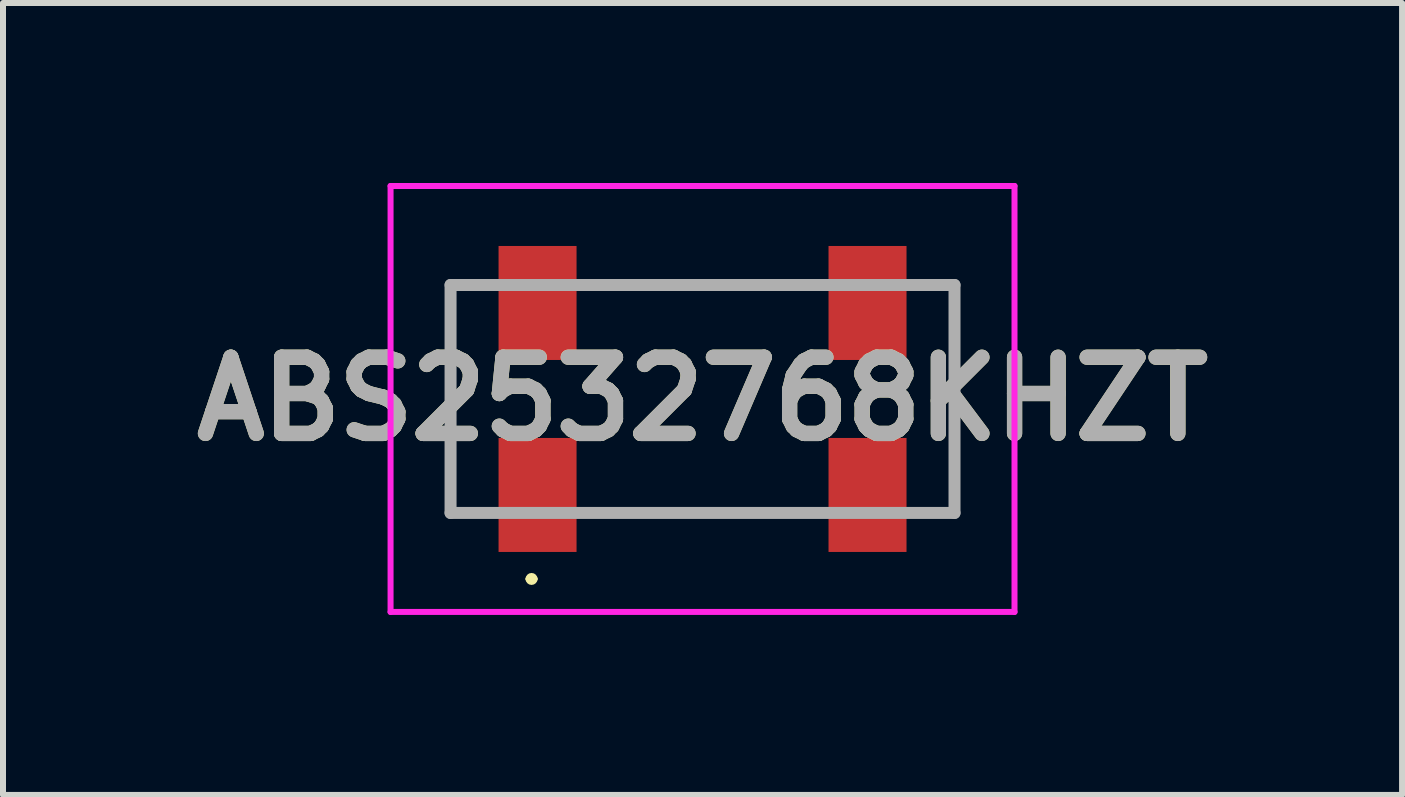
<source format=kicad_pcb>
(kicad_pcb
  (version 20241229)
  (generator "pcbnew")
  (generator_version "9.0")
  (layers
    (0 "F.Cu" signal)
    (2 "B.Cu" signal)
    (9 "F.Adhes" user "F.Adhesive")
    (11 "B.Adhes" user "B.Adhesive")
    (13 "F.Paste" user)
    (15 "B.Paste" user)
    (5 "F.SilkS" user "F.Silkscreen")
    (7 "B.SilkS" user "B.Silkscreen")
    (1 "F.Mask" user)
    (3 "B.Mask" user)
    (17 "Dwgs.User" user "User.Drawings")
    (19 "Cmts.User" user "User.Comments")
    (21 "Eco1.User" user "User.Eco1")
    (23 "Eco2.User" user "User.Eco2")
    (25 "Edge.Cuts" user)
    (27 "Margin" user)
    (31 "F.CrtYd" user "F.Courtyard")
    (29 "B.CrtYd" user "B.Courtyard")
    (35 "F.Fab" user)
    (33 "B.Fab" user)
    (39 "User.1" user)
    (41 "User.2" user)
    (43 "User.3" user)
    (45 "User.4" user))
  (footprint "ABS2532768KHZT"
    (layer "F.Cu")
    (at 8.66 3.6)
    (property "Reference" "ABS2532768KHZT" (at 0 0 0) (layer "F.SilkS") (effects (font (size 1.27 1.27) (thickness 0.254))))
    (attr smd)
    (fp_line (start -4.2 -1.9) (end -4.2 1.9) (stroke (width 0.1) (type solid)) (layer "F.SilkS"))
    (fp_line (start -4.2 1.9) (end -3.8 1.9) (stroke (width 0.1) (type solid)) (layer "F.SilkS"))
    (fp_line (start -3.8 -1.9) (end -4.2 -1.9) (stroke (width 0.1) (type solid)) (layer "F.SilkS"))
    (fp_line (start -2.9 3) (end -2.9 3) (stroke (width 0.1) (type solid)) (layer "F.SilkS"))
    (fp_line (start -2.8 3) (end -2.8 3) (stroke (width 0.1) (type solid)) (layer "F.SilkS"))
    (fp_line (start -1.8 -1.9) (end 1.8 -1.9) (stroke (width 0.1) (type solid)) (layer "F.SilkS"))
    (fp_line (start -1.8 1.9) (end 1.8 1.9) (stroke (width 0.1) (type solid)) (layer "F.SilkS"))
    (fp_line (start 3.8 -1.9) (end 4.2 -1.9) (stroke (width 0.1) (type solid)) (layer "F.SilkS"))
    (fp_line (start 4 1.9) (end 3.8 1.9) (stroke (width 0.1) (type solid)) (layer "F.SilkS"))
    (fp_line (start 4.2 -1.9) (end 4.2 1.9) (stroke (width 0.1) (type solid)) (layer "F.SilkS"))
    (fp_line (start 4.2 1.9) (end 4 1.9) (stroke (width 0.1) (type solid)) (layer "F.SilkS"))
    (fp_arc (start -2.9 3) (mid -2.85 2.95) (end -2.8 3) (stroke (width 0.1) (type solid)) (layer "F.SilkS"))
    (fp_arc (start -2.8 3) (mid -2.85 3.05) (end -2.9 3) (stroke (width 0.1) (type solid)) (layer "F.SilkS"))
    (fp_line (start -5.2 -3.55) (end 5.2 -3.55) (stroke (width 0.1) (type solid)) (layer "F.CrtYd"))
    (fp_line (start -5.2 3.55) (end -5.2 -3.55) (stroke (width 0.1) (type solid)) (layer "F.CrtYd"))
    (fp_line (start 5.2 -3.55) (end 5.2 3.55) (stroke (width 0.1) (type solid)) (layer "F.CrtYd"))
    (fp_line (start 5.2 3.55) (end -5.2 3.55) (stroke (width 0.1) (type solid)) (layer "F.CrtYd"))
    (fp_line (start -4.2 -1.9) (end 4.2 -1.9) (stroke (width 0.2) (type solid)) (layer "F.Fab"))
    (fp_line (start -4.2 1.9) (end -4.2 -1.9) (stroke (width 0.2) (type solid)) (layer "F.Fab"))
    (fp_line (start 4.2 -1.9) (end 4.2 1.9) (stroke (width 0.2) (type solid)) (layer "F.Fab"))
    (fp_line (start 4.2 1.9) (end -4.2 1.9) (stroke (width 0.2) (type solid)) (layer "F.Fab"))
    (fp_text user "${REFERENCE}" (at 0 0 0) (layer "F.Fab") (effects (font (size 1.27 1.27) (thickness 0.254))))
    (pad "1" smd rect (at -2.75 1.6) (size 1.3 1.9) (layers "F.Cu" "F.Mask" "F.Paste"))
    (pad "2" smd rect (at 2.75 1.6) (size 1.3 1.9) (layers "F.Cu" "F.Mask" "F.Paste"))
    (pad "3" smd rect (at 2.75 -1.6) (size 1.3 1.9) (layers "F.Cu" "F.Mask" "F.Paste"))
    (pad "4" smd rect (at -2.75 -1.6) (size 1.3 1.9) (layers "F.Cu" "F.Mask" "F.Paste")))
  (gr_rect
    (start -3 -3)
    (end 20.32 10.2)
    (stroke (width 0.1) (type default))
    (fill no)
    (layer "Edge.Cuts")))
</source>
